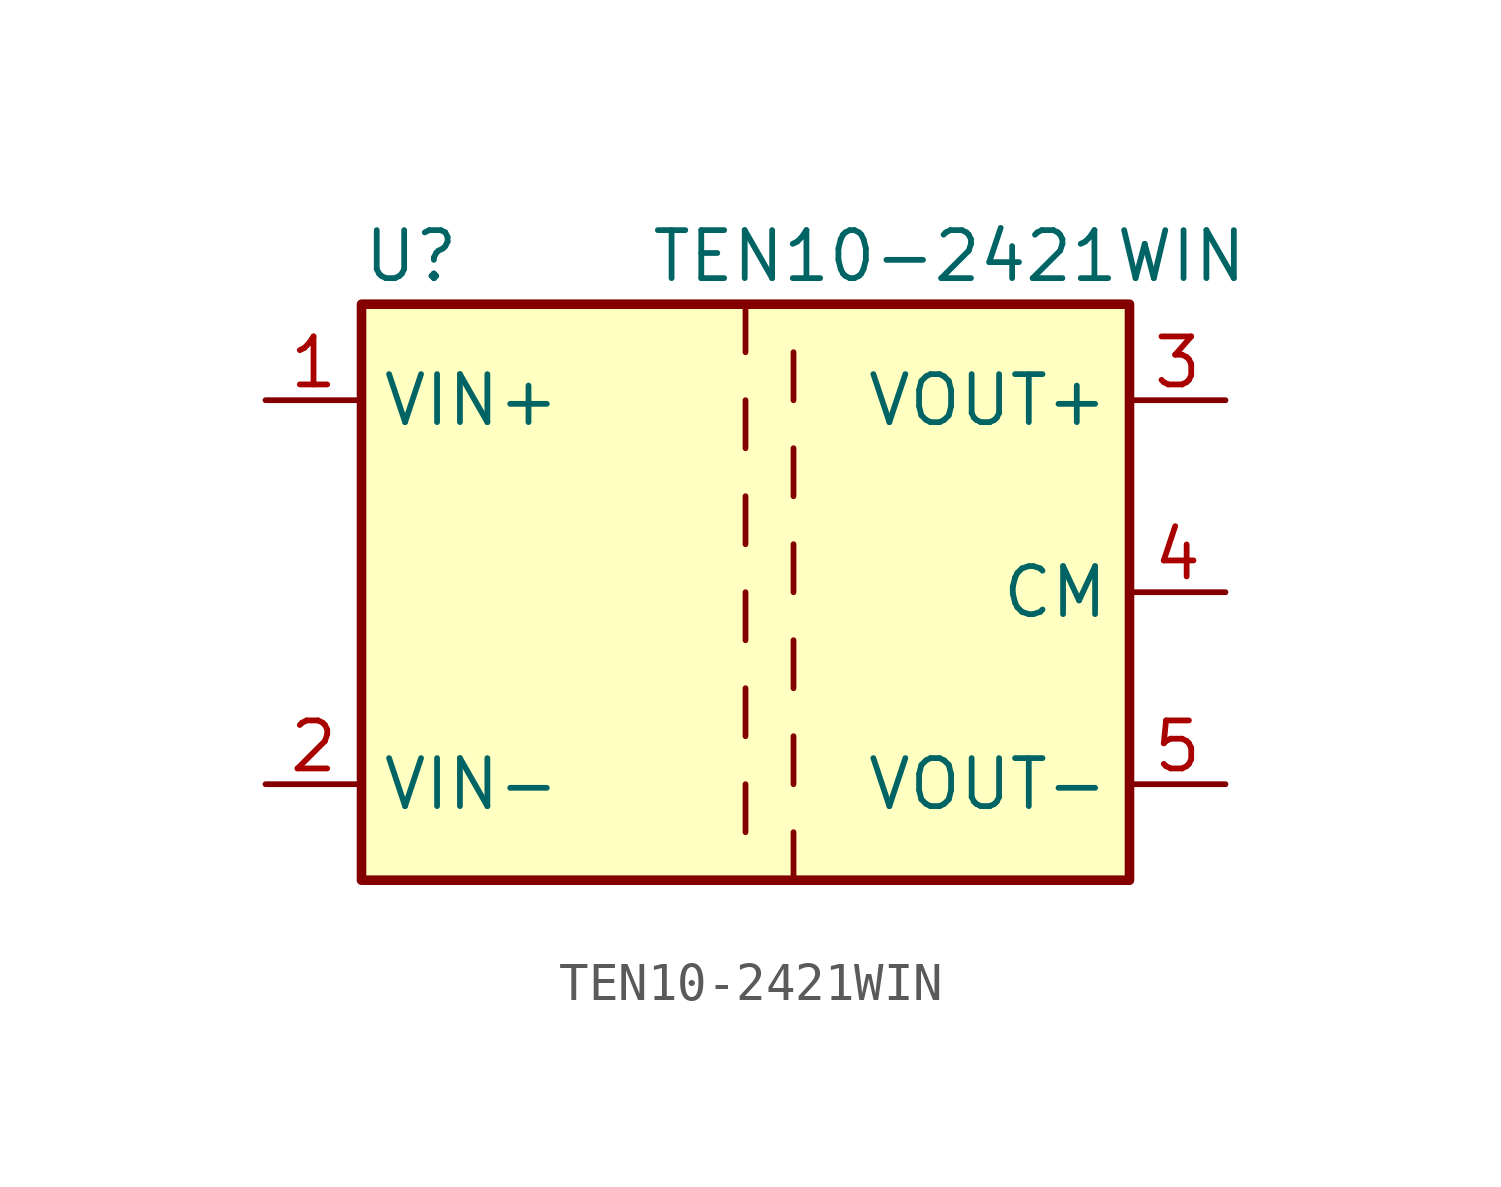
<source format=kicad_sym>
(kicad_symbol_lib
  (version 20241209)
  (generator "kicad_symbol_editor")
  (generator_version "9.0")
  (symbol "TEN10-2421WIN"
    (property "Reference" "U"
      (at -10.16 8.89 0)
      (effects (font (size 1.27 1.27)) (justify left)))
    (property "Value" "TEN10-2421WIN"
      (at -2.54 8.89 0)
      (effects (font (size 1.27 1.27)) (justify left)))
    (symbol "TEN10-2421WIN_0_1"
      (rectangle (start -10.16 7.62) (end 10.16 -7.62) (stroke (width 0.254) (type default)) (fill (type background)))
      (polyline (pts (xy 0 7.62) (xy 0 6.35)) (stroke (width 0) (type default)) (fill (type none)))
      (polyline (pts (xy 0 5.08) (xy 0 3.81)) (stroke (width 0) (type default)) (fill (type none)))
      (polyline (pts (xy 0 2.54) (xy 0 1.27)) (stroke (width 0) (type default)) (fill (type none)))
      (polyline (pts (xy 0 0) (xy 0 -1.27)) (stroke (width 0) (type default)) (fill (type none)))
      (polyline (pts (xy 0 -2.54) (xy 0 -3.81)) (stroke (width 0) (type default)) (fill (type none)))
      (polyline (pts (xy 0 -5.08) (xy 0 -6.35)) (stroke (width 0) (type default)) (fill (type none)))
      (polyline (pts (xy 1.27 5.08) (xy 1.27 6.35)) (stroke (width 0) (type default)) (fill (type none)))
      (polyline (pts (xy 1.27 2.54) (xy 1.27 3.81)) (stroke (width 0) (type default)) (fill (type none)))
      (polyline (pts (xy 1.27 0) (xy 1.27 1.27)) (stroke (width 0) (type default)) (fill (type none)))
      (polyline (pts (xy 1.27 -2.54) (xy 1.27 -1.27)) (stroke (width 0) (type default)) (fill (type none)))
      (polyline (pts (xy 1.27 -5.08) (xy 1.27 -3.81)) (stroke (width 0) (type default)) (fill (type none)))
      (polyline (pts (xy 1.27 -7.62) (xy 1.27 -6.35)) (stroke (width 0) (type default)) (fill (type none))))
    (symbol "TEN10-2421WIN_1_1"
      (pin power_in line (at -12.7 5.08 0) (length 2.54) (name "VIN+" (effects (font (size 1.27 1.27)))) (number "1" (effects (font (size 1.27 1.27)))))
      (pin power_in line (at -12.7 -5.08 0) (length 2.54) (name "VIN-" (effects (font (size 1.27 1.27)))) (number "2" (effects (font (size 1.27 1.27)))))
      (pin power_out line (at 12.7 5.08 180) (length 2.54) (name "VOUT+" (effects (font (size 1.27 1.27)))) (number "3" (effects (font (size 1.27 1.27)))))
      (pin power_out line (at 12.7 0 180) (length 2.54) (name "CM" (effects (font (size 1.27 1.27)))) (number "4" (effects (font (size 1.27 1.27)))))
      (pin power_out line (at 12.7 -5.08 180) (length 2.54) (name "VOUT-" (effects (font (size 1.27 1.27)))) (number "5" (effects (font (size 1.27 1.27))))))))
</source>
